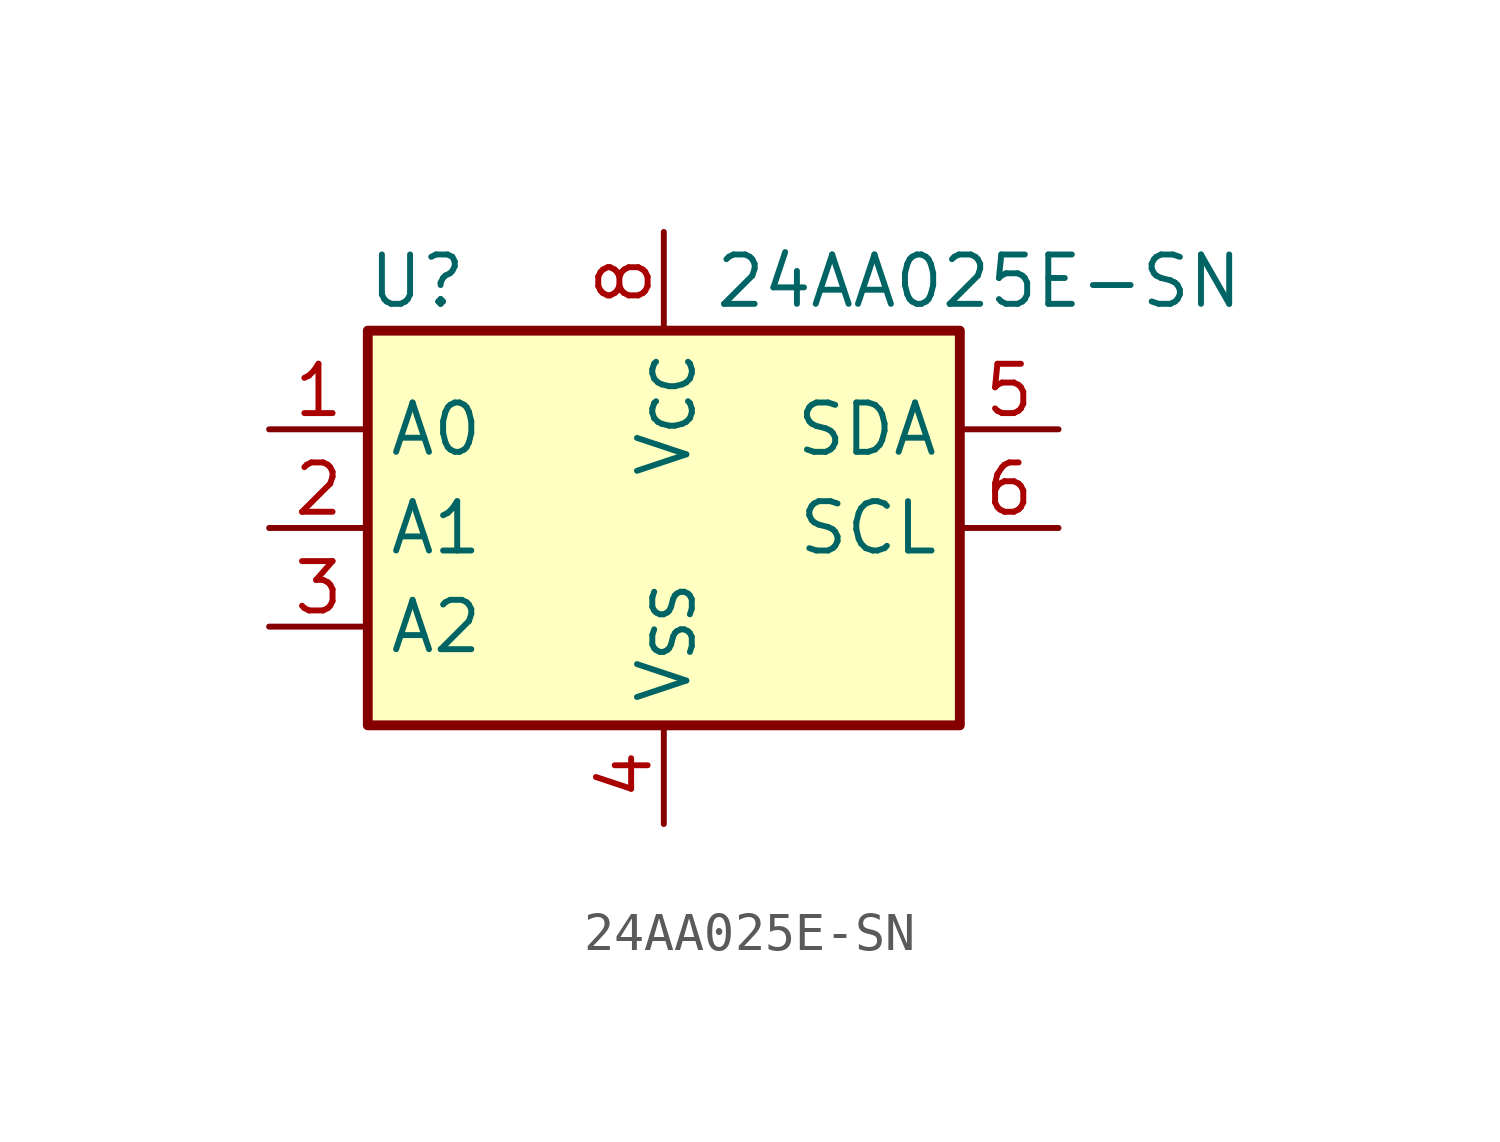
<source format=kicad_sym>
(kicad_symbol_lib
  (version 20231120)
  (generator "kicad_symbol_editor")
  (generator_version "8.0")
  (symbol "24AA025E-SN"
    (property "Reference" "U"
      (at -6.35 6.35 0)
      (effects (font (size 1.27 1.27))))
    (property "Value" "24AA025E-SN"
      (at 1.27 6.35 0)
      (effects (font (size 1.27 1.27)) (justify left)))
    (symbol "24AA025E-SN_1_1"
      (rectangle (start -7.62 5.08) (end 7.62 -5.08) (stroke (width 0.254) (type default)) (fill (type background)))
      (pin input line (at -10.16 2.54 0) (length 2.54) (name "A0" (effects (font (size 1.27 1.27)))) (number "1" (effects (font (size 1.27 1.27)))))
      (pin input line (at -10.16 0 0) (length 2.54) (name "A1" (effects (font (size 1.27 1.27)))) (number "2" (effects (font (size 1.27 1.27)))))
      (pin input line (at -10.16 -2.54 0) (length 2.54) (name "A2" (effects (font (size 1.27 1.27)))) (number "3" (effects (font (size 1.27 1.27)))))
      (pin power_in line (at 0 -7.62 90) (length 2.54) (name "V_{SS}" (effects (font (size 1.27 1.27)))) (number "4" (effects (font (size 1.27 1.27)))))
      (pin bidirectional line (at 10.16 2.54 180) (length 2.54) (name "SDA" (effects (font (size 1.27 1.27)))) (number "5" (effects (font (size 1.27 1.27)))))
      (pin input line (at 10.16 0 180) (length 2.54) (name "SCL" (effects (font (size 1.27 1.27)))) (number "6" (effects (font (size 1.27 1.27)))))
      (pin no_connect line (at 10.16 -2.54 180) (length 2.54) hide (name "NC" (effects (font (size 1.27 1.27)))) (number "7" (effects (font (size 1.27 1.27)))))
      (pin power_in line (at 0 7.62 270) (length 2.54) (name "V_{CC}" (effects (font (size 1.27 1.27)))) (number "8" (effects (font (size 1.27 1.27))))))))
</source>
